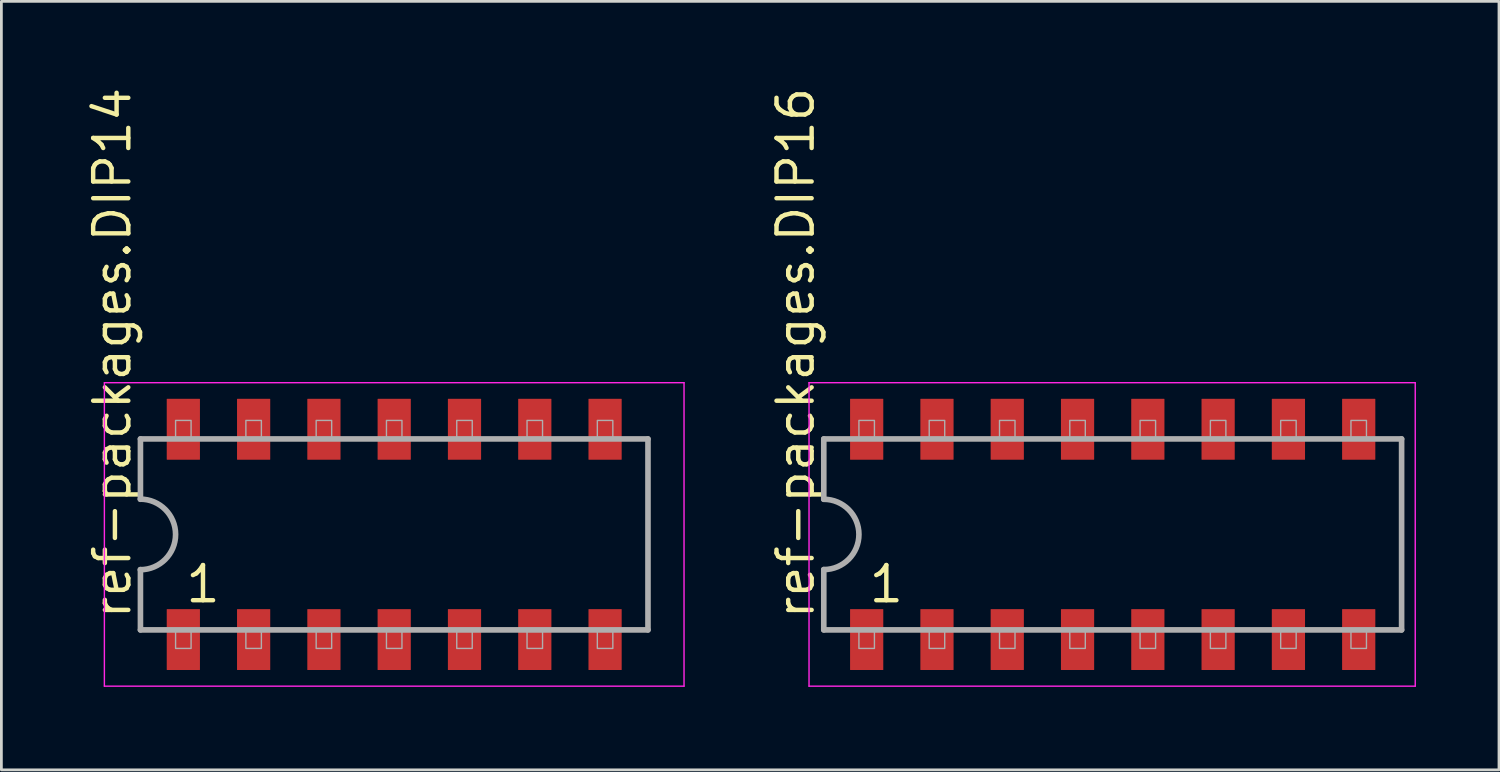
<source format=kicad_pcb>
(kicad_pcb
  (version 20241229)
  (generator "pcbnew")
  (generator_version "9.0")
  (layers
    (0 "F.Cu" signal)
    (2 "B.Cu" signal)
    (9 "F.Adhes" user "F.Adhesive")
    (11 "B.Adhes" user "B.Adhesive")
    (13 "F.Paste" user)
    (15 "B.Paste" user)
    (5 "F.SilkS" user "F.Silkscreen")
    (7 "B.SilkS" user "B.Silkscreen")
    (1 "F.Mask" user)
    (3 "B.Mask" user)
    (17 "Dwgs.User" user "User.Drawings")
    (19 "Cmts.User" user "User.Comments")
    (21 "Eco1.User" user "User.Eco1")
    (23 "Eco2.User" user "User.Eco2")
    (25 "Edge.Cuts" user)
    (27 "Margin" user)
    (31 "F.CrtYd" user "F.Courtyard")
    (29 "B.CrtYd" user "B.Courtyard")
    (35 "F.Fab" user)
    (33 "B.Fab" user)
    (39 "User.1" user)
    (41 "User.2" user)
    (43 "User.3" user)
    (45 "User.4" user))
  (footprint "ref-packages.DIP14"
    (layer "F.Cu")
    (at 11.195 16.262)
    (property "Reference" "ref-packages.DIP14" (at -9.445 3.135 90) (layer "F.SilkS") (effects (font (size 1.27 1.27) (thickness 0.16)) (justify left bottom)))
    (attr smd)
    (fp_line (start -10.473 -5.483) (end 10.473 -5.483) (stroke (width 0.051) (type default)) (layer "F.CrtYd"))
    (fp_line (start -10.473 5.483) (end -10.473 -5.483) (stroke (width 0.051) (type default)) (layer "F.CrtYd"))
    (fp_line (start 10.473 -5.483) (end 10.473 5.483) (stroke (width 0.051) (type default)) (layer "F.CrtYd"))
    (fp_line (start 10.473 5.483) (end -10.473 5.483) (stroke (width 0.051) (type default)) (layer "F.CrtYd"))
    (fp_line (start -9.17 -3.45) (end -9.17 -1.27) (stroke (width 0.203) (type default)) (layer "F.Fab"))
    (fp_line (start -9.17 1.27) (end -9.17 3.45) (stroke (width 0.203) (type default)) (layer "F.Fab"))
    (fp_line (start -9.17 3.45) (end 9.17 3.45) (stroke (width 0.203) (type default)) (layer "F.Fab"))
    (fp_line (start 9.17 -3.45) (end -9.17 -3.45) (stroke (width 0.203) (type default)) (layer "F.Fab"))
    (fp_line (start 9.17 3.45) (end 9.17 -3.45) (stroke (width 0.203) (type default)) (layer "F.Fab"))
    (fp_rect (start -7.9 -3.45) (end -7.34 -4.12) (stroke (width 0.05) (type default)) (fill no) (layer "F.Fab"))
    (fp_rect (start -7.9 4.12) (end -7.34 3.45) (stroke (width 0.05) (type default)) (fill no) (layer "F.Fab"))
    (fp_rect (start -5.36 -3.45) (end -4.8 -4.12) (stroke (width 0.05) (type default)) (fill no) (layer "F.Fab"))
    (fp_rect (start -5.36 4.12) (end -4.8 3.45) (stroke (width 0.05) (type default)) (fill no) (layer "F.Fab"))
    (fp_rect (start -2.82 -3.45) (end -2.26 -4.12) (stroke (width 0.05) (type default)) (fill no) (layer "F.Fab"))
    (fp_rect (start -2.82 4.12) (end -2.26 3.45) (stroke (width 0.05) (type default)) (fill no) (layer "F.Fab"))
    (fp_rect (start -0.28 -3.45) (end 0.28 -4.12) (stroke (width 0.05) (type default)) (fill no) (layer "F.Fab"))
    (fp_rect (start -0.28 4.12) (end 0.28 3.45) (stroke (width 0.05) (type default)) (fill no) (layer "F.Fab"))
    (fp_rect (start 2.26 -3.45) (end 2.82 -4.12) (stroke (width 0.05) (type default)) (fill no) (layer "F.Fab"))
    (fp_rect (start 2.26 4.12) (end 2.82 3.45) (stroke (width 0.05) (type default)) (fill no) (layer "F.Fab"))
    (fp_rect (start 4.8 -3.45) (end 5.36 -4.12) (stroke (width 0.05) (type default)) (fill no) (layer "F.Fab"))
    (fp_rect (start 4.8 4.12) (end 5.36 3.45) (stroke (width 0.05) (type default)) (fill no) (layer "F.Fab"))
    (fp_rect (start 7.34 -3.45) (end 7.9 -4.12) (stroke (width 0.05) (type default)) (fill no) (layer "F.Fab"))
    (fp_rect (start 7.34 4.12) (end 7.9 3.45) (stroke (width 0.05) (type default)) (fill no) (layer "F.Fab"))
    (fp_arc (start -9.175 -1.275) (mid -7.9 0) (end -9.175 1.275) (stroke (width 0.2032) (type default)) (layer "F.Fab"))
    (fp_text user "1" (at -7.62 2.54 0) (layer "F.SilkS") (effects (font (size 1.27 1.27) (thickness 0.16)) (justify left bottom)))
    (pad "1" smd roundrect (at -7.62 3.8) (size 1.2 2.2) (layers "F.Cu" "F.Mask" "F.Paste") (roundrect_rratio 0.01))
    (pad "2" smd roundrect (at -5.08 3.8) (size 1.2 2.2) (layers "F.Cu" "F.Mask" "F.Paste") (roundrect_rratio 0.01))
    (pad "3" smd roundrect (at -2.54 3.8) (size 1.2 2.2) (layers "F.Cu" "F.Mask" "F.Paste") (roundrect_rratio 0.01))
    (pad "4" smd roundrect (at 0 3.8) (size 1.2 2.2) (layers "F.Cu" "F.Mask" "F.Paste") (roundrect_rratio 0.01))
    (pad "5" smd roundrect (at 2.54 3.8) (size 1.2 2.2) (layers "F.Cu" "F.Mask" "F.Paste") (roundrect_rratio 0.01))
    (pad "6" smd roundrect (at 5.08 3.8) (size 1.2 2.2) (layers "F.Cu" "F.Mask" "F.Paste") (roundrect_rratio 0.01))
    (pad "7" smd roundrect (at 7.62 3.8) (size 1.2 2.2) (layers "F.Cu" "F.Mask" "F.Paste") (roundrect_rratio 0.01))
    (pad "8" smd roundrect (at 7.62 -3.8) (size 1.2 2.2) (layers "F.Cu" "F.Mask" "F.Paste") (roundrect_rratio 0.01))
    (pad "9" smd roundrect (at 5.08 -3.8) (size 1.2 2.2) (layers "F.Cu" "F.Mask" "F.Paste") (roundrect_rratio 0.01))
    (pad "10" smd roundrect (at 2.54 -3.8) (size 1.2 2.2) (layers "F.Cu" "F.Mask" "F.Paste") (roundrect_rratio 0.01))
    (pad "11" smd roundrect (at 0 -3.8) (size 1.2 2.2) (layers "F.Cu" "F.Mask" "F.Paste") (roundrect_rratio 0.01))
    (pad "12" smd roundrect (at -2.54 -3.8) (size 1.2 2.2) (layers "F.Cu" "F.Mask" "F.Paste") (roundrect_rratio 0.01))
    (pad "13" smd roundrect (at -5.08 -3.8) (size 1.2 2.2) (layers "F.Cu" "F.Mask" "F.Paste") (roundrect_rratio 0.01))
    (pad "14" smd roundrect (at -7.62 -3.8) (size 1.2 2.2) (layers "F.Cu" "F.Mask" "F.Paste") (roundrect_rratio 0.01)))
  (footprint "ref-packages.DIP16"
    (layer "F.Cu")
    (at 37.158 16.262)
    (property "Reference" "ref-packages.DIP16" (at -10.715 3.135 90) (layer "F.SilkS") (effects (font (size 1.27 1.27) (thickness 0.16)) (justify left bottom)))
    (attr smd)
    (fp_line (start -10.973 -5.483) (end 10.933 -5.483) (stroke (width 0.051) (type default)) (layer "F.CrtYd"))
    (fp_line (start -10.973 5.483) (end -10.973 -5.483) (stroke (width 0.051) (type default)) (layer "F.CrtYd"))
    (fp_line (start 10.933 -5.483) (end 10.933 5.483) (stroke (width 0.051) (type default)) (layer "F.CrtYd"))
    (fp_line (start 10.933 5.483) (end -10.973 5.483) (stroke (width 0.051) (type default)) (layer "F.CrtYd"))
    (fp_line (start -10.44 -3.45) (end -10.44 -1.27) (stroke (width 0.203) (type default)) (layer "F.Fab"))
    (fp_line (start -10.44 1.27) (end -10.44 3.45) (stroke (width 0.203) (type default)) (layer "F.Fab"))
    (fp_line (start -10.44 3.45) (end 10.44 3.45) (stroke (width 0.203) (type default)) (layer "F.Fab"))
    (fp_line (start 10.44 -3.45) (end -10.44 -3.45) (stroke (width 0.203) (type default)) (layer "F.Fab"))
    (fp_line (start 10.44 3.45) (end 10.44 -3.45) (stroke (width 0.203) (type default)) (layer "F.Fab"))
    (fp_rect (start -9.17 -3.45) (end -8.61 -4.12) (stroke (width 0.05) (type default)) (fill no) (layer "F.Fab"))
    (fp_rect (start -9.17 4.12) (end -8.61 3.45) (stroke (width 0.05) (type default)) (fill no) (layer "F.Fab"))
    (fp_rect (start -6.63 -3.45) (end -6.07 -4.12) (stroke (width 0.05) (type default)) (fill no) (layer "F.Fab"))
    (fp_rect (start -6.63 4.12) (end -6.07 3.45) (stroke (width 0.05) (type default)) (fill no) (layer "F.Fab"))
    (fp_rect (start -4.09 -3.45) (end -3.53 -4.12) (stroke (width 0.05) (type default)) (fill no) (layer "F.Fab"))
    (fp_rect (start -4.09 4.12) (end -3.53 3.45) (stroke (width 0.05) (type default)) (fill no) (layer "F.Fab"))
    (fp_rect (start -1.55 -3.45) (end -0.99 -4.12) (stroke (width 0.05) (type default)) (fill no) (layer "F.Fab"))
    (fp_rect (start -1.55 4.12) (end -0.99 3.45) (stroke (width 0.05) (type default)) (fill no) (layer "F.Fab"))
    (fp_rect (start 0.99 -3.45) (end 1.55 -4.12) (stroke (width 0.05) (type default)) (fill no) (layer "F.Fab"))
    (fp_rect (start 0.99 4.12) (end 1.55 3.45) (stroke (width 0.05) (type default)) (fill no) (layer "F.Fab"))
    (fp_rect (start 3.53 -3.45) (end 4.09 -4.12) (stroke (width 0.05) (type default)) (fill no) (layer "F.Fab"))
    (fp_rect (start 3.53 4.12) (end 4.09 3.45) (stroke (width 0.05) (type default)) (fill no) (layer "F.Fab"))
    (fp_rect (start 6.07 -3.45) (end 6.63 -4.12) (stroke (width 0.05) (type default)) (fill no) (layer "F.Fab"))
    (fp_rect (start 6.07 4.12) (end 6.63 3.45) (stroke (width 0.05) (type default)) (fill no) (layer "F.Fab"))
    (fp_rect (start 8.61 -3.45) (end 9.17 -4.12) (stroke (width 0.05) (type default)) (fill no) (layer "F.Fab"))
    (fp_rect (start 8.61 4.12) (end 9.17 3.45) (stroke (width 0.05) (type default)) (fill no) (layer "F.Fab"))
    (fp_arc (start -10.44 -1.27) (mid -9.17 0) (end -10.44 1.27) (stroke (width 0.2032) (type default)) (layer "F.Fab"))
    (fp_text user "1" (at -8.89 2.54 0) (layer "F.SilkS") (effects (font (size 1.27 1.27) (thickness 0.16)) (justify left bottom)))
    (pad "1" smd roundrect (at -8.89 3.8) (size 1.2 2.2) (layers "F.Cu" "F.Mask" "F.Paste") (roundrect_rratio 0.01))
    (pad "2" smd roundrect (at -6.35 3.8) (size 1.2 2.2) (layers "F.Cu" "F.Mask" "F.Paste") (roundrect_rratio 0.01))
    (pad "3" smd roundrect (at -3.81 3.8) (size 1.2 2.2) (layers "F.Cu" "F.Mask" "F.Paste") (roundrect_rratio 0.01))
    (pad "4" smd roundrect (at -1.27 3.8) (size 1.2 2.2) (layers "F.Cu" "F.Mask" "F.Paste") (roundrect_rratio 0.01))
    (pad "5" smd roundrect (at 1.27 3.8) (size 1.2 2.2) (layers "F.Cu" "F.Mask" "F.Paste") (roundrect_rratio 0.01))
    (pad "6" smd roundrect (at 3.81 3.8) (size 1.2 2.2) (layers "F.Cu" "F.Mask" "F.Paste") (roundrect_rratio 0.01))
    (pad "7" smd roundrect (at 6.35 3.8) (size 1.2 2.2) (layers "F.Cu" "F.Mask" "F.Paste") (roundrect_rratio 0.01))
    (pad "8" smd roundrect (at 8.89 3.8) (size 1.2 2.2) (layers "F.Cu" "F.Mask" "F.Paste") (roundrect_rratio 0.01))
    (pad "9" smd roundrect (at 8.89 -3.8) (size 1.2 2.2) (layers "F.Cu" "F.Mask" "F.Paste") (roundrect_rratio 0.01))
    (pad "10" smd roundrect (at 6.35 -3.8) (size 1.2 2.2) (layers "F.Cu" "F.Mask" "F.Paste") (roundrect_rratio 0.01))
    (pad "11" smd roundrect (at 3.81 -3.8) (size 1.2 2.2) (layers "F.Cu" "F.Mask" "F.Paste") (roundrect_rratio 0.01))
    (pad "12" smd roundrect (at 1.27 -3.8) (size 1.2 2.2) (layers "F.Cu" "F.Mask" "F.Paste") (roundrect_rratio 0.01))
    (pad "13" smd roundrect (at -1.27 -3.8) (size 1.2 2.2) (layers "F.Cu" "F.Mask" "F.Paste") (roundrect_rratio 0.01))
    (pad "14" smd roundrect (at -3.81 -3.8) (size 1.2 2.2) (layers "F.Cu" "F.Mask" "F.Paste") (roundrect_rratio 0.01))
    (pad "15" smd roundrect (at -6.35 -3.8) (size 1.2 2.2) (layers "F.Cu" "F.Mask" "F.Paste") (roundrect_rratio 0.01))
    (pad "16" smd roundrect (at -8.89 -3.8) (size 1.2 2.2) (layers "F.Cu" "F.Mask" "F.Paste") (roundrect_rratio 0.01)))
  (gr_rect
    (start -3 -3)
    (end 51.117 24.77)
    (stroke (width 0.1) (type default))
    (fill no)
    (layer "Edge.Cuts")))
</source>
